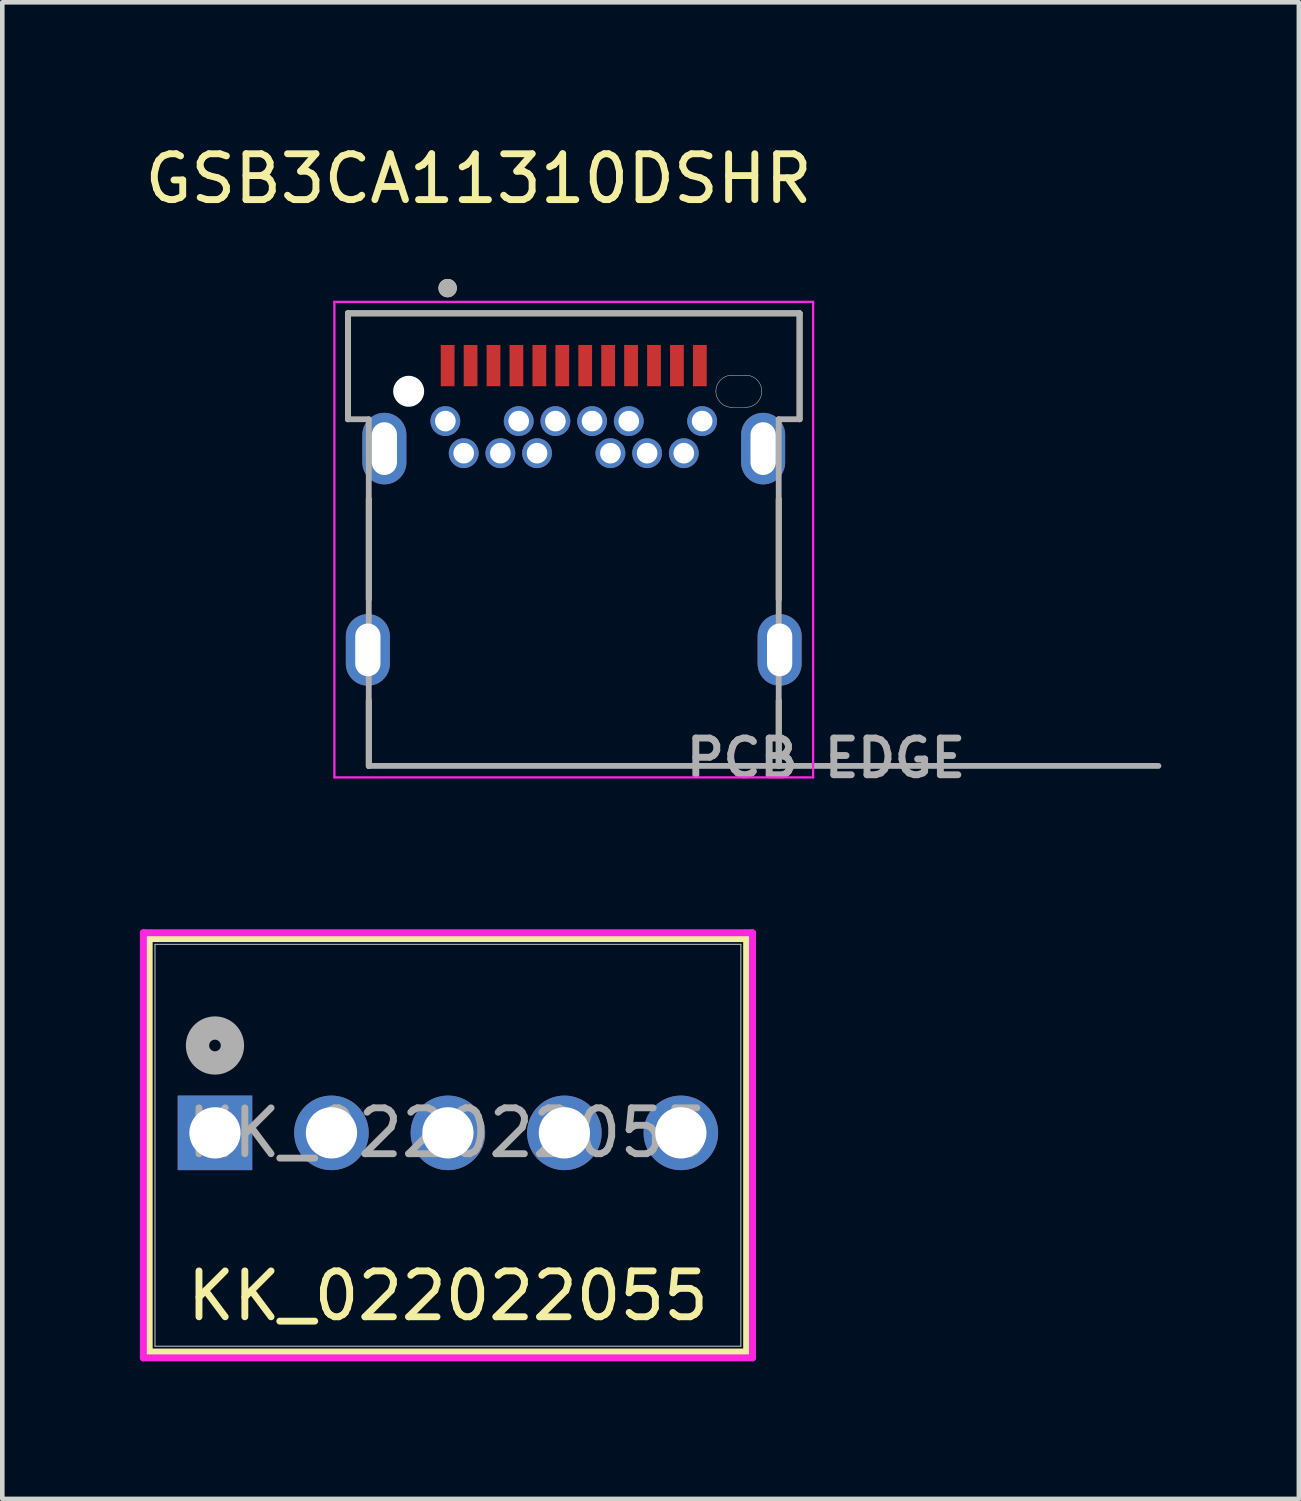
<source format=kicad_pcb>
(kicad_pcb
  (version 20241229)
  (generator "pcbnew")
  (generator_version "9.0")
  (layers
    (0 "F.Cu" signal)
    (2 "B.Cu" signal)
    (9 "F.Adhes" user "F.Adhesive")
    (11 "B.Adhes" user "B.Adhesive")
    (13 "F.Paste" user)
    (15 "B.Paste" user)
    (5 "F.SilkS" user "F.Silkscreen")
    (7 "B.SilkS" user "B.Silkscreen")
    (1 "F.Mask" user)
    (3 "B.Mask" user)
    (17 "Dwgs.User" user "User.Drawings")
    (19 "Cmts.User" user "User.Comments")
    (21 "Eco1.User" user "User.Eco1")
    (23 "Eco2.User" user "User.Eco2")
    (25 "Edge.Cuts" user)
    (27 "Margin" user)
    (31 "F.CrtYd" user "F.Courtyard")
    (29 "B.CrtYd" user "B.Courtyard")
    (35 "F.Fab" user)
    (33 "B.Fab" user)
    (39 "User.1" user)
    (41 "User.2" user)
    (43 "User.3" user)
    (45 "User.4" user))
  (footprint "KK_022022055"
    (layer "F.Cu")
    (at 1.638 21.655)
    (property "Reference" "KK_022022055" (at 5.08 3.556 0) (unlocked yes) (layer "F.SilkS") (effects (font (size 1 1) (thickness 0.15))))
    (attr through_hole)
    (fp_line (start -1.435 -4.237) (end -1.435 4.78) (stroke (width 0.152) (type solid)) (layer "F.SilkS"))
    (fp_line (start -1.435 4.78) (end 11.595 4.78) (stroke (width 0.152) (type solid)) (layer "F.SilkS"))
    (fp_line (start 11.595 -4.237) (end -1.435 -4.237) (stroke (width 0.152) (type solid)) (layer "F.SilkS"))
    (fp_line (start 11.595 4.78) (end 11.595 -4.237) (stroke (width 0.152) (type solid)) (layer "F.SilkS"))
    (fp_line (start -1.562 -4.364) (end -1.562 4.907) (stroke (width 0.152) (type solid)) (layer "F.CrtYd"))
    (fp_line (start -1.562 4.907) (end 11.722 4.907) (stroke (width 0.152) (type solid)) (layer "F.CrtYd"))
    (fp_line (start 11.722 -4.364) (end -1.562 -4.364) (stroke (width 0.152) (type solid)) (layer "F.CrtYd"))
    (fp_line (start 11.722 4.907) (end 11.722 -4.364) (stroke (width 0.152) (type solid)) (layer "F.CrtYd"))
    (fp_line (start -1.308 -4.11) (end -1.308 4.653) (stroke (width 0.025) (type solid)) (layer "F.Fab"))
    (fp_line (start -1.308 4.653) (end 11.468 4.653) (stroke (width 0.025) (type solid)) (layer "F.Fab"))
    (fp_line (start 11.468 -4.11) (end -1.308 -4.11) (stroke (width 0.025) (type solid)) (layer "F.Fab"))
    (fp_line (start 11.468 4.653) (end 11.468 -4.11) (stroke (width 0.025) (type solid)) (layer "F.Fab"))
    (fp_circle (center 0 -1.905) (end 0.381 -1.905) (stroke (width 0.508) (type solid)) (fill no) (layer "F.Fab"))
    (fp_text user "${REFERENCE}" (at 5.08 0 0) (unlocked yes) (layer "F.Fab") (effects (font (size 1 1) (thickness 0.15))))
    (pad "1" thru_hole rect (at 0 0) (size 1.626 1.626) (drill 1.118) (layers "*.Cu" "*.Mask"))
    (pad "2" thru_hole circle (at 2.54 0) (size 1.626 1.626) (drill 1.118) (layers "*.Cu" "*.Mask"))
    (pad "3" thru_hole circle (at 5.08 0) (size 1.626 1.626) (drill 1.118) (layers "*.Cu" "*.Mask"))
    (pad "4" thru_hole circle (at 7.62 0) (size 1.626 1.626) (drill 1.118) (layers "*.Cu" "*.Mask"))
    (pad "5" thru_hole circle (at 10.16 0) (size 1.626 1.626) (drill 1.118) (layers "*.Cu" "*.Mask")))
  (footprint "GSB3CA11310DSHR"
    (layer "F.Cu")
    (at 9.462 5.483)
    (property "Reference" "GSB3CA11310DSHR" (at -2.075 -4.635 0) (layer "F.SilkS") (effects (font (size 1 1) (thickness 0.15))))
    (attr through_hole)
    (fp_circle (center -2.8 0.65) (end -2.612 0.65) (stroke (width 0.375) (type solid)) (fill no) (layer "F.Mask"))
    (fp_circle (center -2.4 1.35) (end -2.212 1.35) (stroke (width 0.375) (type solid)) (fill no) (layer "F.Mask"))
    (fp_circle (center -1.6 1.35) (end -1.413 1.35) (stroke (width 0.375) (type solid)) (fill no) (layer "F.Mask"))
    (fp_circle (center -1.2 0.65) (end -1.012 0.65) (stroke (width 0.375) (type solid)) (fill no) (layer "F.Mask"))
    (fp_circle (center -0.8 1.35) (end -0.613 1.35) (stroke (width 0.375) (type solid)) (fill no) (layer "F.Mask"))
    (fp_circle (center -0.4 0.65) (end -0.212 0.65) (stroke (width 0.375) (type solid)) (fill no) (layer "F.Mask"))
    (fp_circle (center 0.4 0.65) (end 0.588 0.65) (stroke (width 0.375) (type solid)) (fill no) (layer "F.Mask"))
    (fp_circle (center 0.8 1.35) (end 0.988 1.35) (stroke (width 0.375) (type solid)) (fill no) (layer "F.Mask"))
    (fp_circle (center 1.2 0.65) (end 1.387 0.65) (stroke (width 0.375) (type solid)) (fill no) (layer "F.Mask"))
    (fp_circle (center 1.6 1.35) (end 1.788 1.35) (stroke (width 0.375) (type solid)) (fill no) (layer "F.Mask"))
    (fp_circle (center 2.4 1.35) (end 2.587 1.35) (stroke (width 0.375) (type solid)) (fill no) (layer "F.Mask"))
    (fp_circle (center 2.8 0.65) (end 2.987 0.65) (stroke (width 0.375) (type solid)) (fill no) (layer "F.Mask"))
    (fp_poly (pts (xy -2.95 -1.06) (xy -2.55 -1.06) (xy -2.55 -0.06) (xy -2.95 -0.06)) (stroke (width 0.01) (type solid)) (fill yes) (layer "F.Mask"))
    (fp_poly (pts (xy -2.45 -1.06) (xy -2.05 -1.06) (xy -2.05 -0.06) (xy -2.45 -0.06)) (stroke (width 0.01) (type solid)) (fill yes) (layer "F.Mask"))
    (fp_poly (pts (xy -1.95 -1.06) (xy -1.55 -1.06) (xy -1.55 -0.06) (xy -1.95 -0.06)) (stroke (width 0.01) (type solid)) (fill yes) (layer "F.Mask"))
    (fp_poly (pts (xy -1.45 -1.06) (xy -1.05 -1.06) (xy -1.05 -0.06) (xy -1.45 -0.06)) (stroke (width 0.01) (type solid)) (fill yes) (layer "F.Mask"))
    (fp_poly (pts (xy -0.95 -1.06) (xy -0.55 -1.06) (xy -0.55 -0.06) (xy -0.95 -0.06)) (stroke (width 0.01) (type solid)) (fill yes) (layer "F.Mask"))
    (fp_poly (pts (xy -0.45 -1.06) (xy -0.05 -1.06) (xy -0.05 -0.06) (xy -0.45 -0.06)) (stroke (width 0.01) (type solid)) (fill yes) (layer "F.Mask"))
    (fp_poly (pts (xy 0.05 -1.06) (xy 0.45 -1.06) (xy 0.45 -0.06) (xy 0.05 -0.06)) (stroke (width 0.01) (type solid)) (fill yes) (layer "F.Mask"))
    (fp_poly (pts (xy 0.55 -1.06) (xy 0.95 -1.06) (xy 0.95 -0.06) (xy 0.55 -0.06)) (stroke (width 0.01) (type solid)) (fill yes) (layer "F.Mask"))
    (fp_poly (pts (xy 1.05 -1.06) (xy 1.45 -1.06) (xy 1.45 -0.06) (xy 1.05 -0.06)) (stroke (width 0.01) (type solid)) (fill yes) (layer "F.Mask"))
    (fp_poly (pts (xy 1.55 -1.06) (xy 1.95 -1.06) (xy 1.95 -0.06) (xy 1.55 -0.06)) (stroke (width 0.01) (type solid)) (fill yes) (layer "F.Mask"))
    (fp_poly (pts (xy 2.05 -1.06) (xy 2.45 -1.06) (xy 2.45 -0.06) (xy 2.05 -0.06)) (stroke (width 0.01) (type solid)) (fill yes) (layer "F.Mask"))
    (fp_poly (pts (xy 2.55 -1.06) (xy 2.95 -1.06) (xy 2.95 -0.06) (xy 2.55 -0.06)) (stroke (width 0.01) (type solid)) (fill yes) (layer "F.Mask"))
    (fp_circle (center -2.8 0.65) (end -2.612 0.65) (stroke (width 0.375) (type solid)) (fill no) (layer "B.Mask"))
    (fp_circle (center -2.4 1.35) (end -2.212 1.35) (stroke (width 0.375) (type solid)) (fill no) (layer "B.Mask"))
    (fp_circle (center -1.6 1.35) (end -1.413 1.35) (stroke (width 0.375) (type solid)) (fill no) (layer "B.Mask"))
    (fp_circle (center -1.2 0.65) (end -1.012 0.65) (stroke (width 0.375) (type solid)) (fill no) (layer "B.Mask"))
    (fp_circle (center -0.8 1.35) (end -0.613 1.35) (stroke (width 0.375) (type solid)) (fill no) (layer "B.Mask"))
    (fp_circle (center -0.4 0.65) (end -0.212 0.65) (stroke (width 0.375) (type solid)) (fill no) (layer "B.Mask"))
    (fp_circle (center 0.4 0.65) (end 0.588 0.65) (stroke (width 0.375) (type solid)) (fill no) (layer "B.Mask"))
    (fp_circle (center 0.8 1.35) (end 0.988 1.35) (stroke (width 0.375) (type solid)) (fill no) (layer "B.Mask"))
    (fp_circle (center 1.2 0.65) (end 1.387 0.65) (stroke (width 0.375) (type solid)) (fill no) (layer "B.Mask"))
    (fp_circle (center 1.6 1.35) (end 1.788 1.35) (stroke (width 0.375) (type solid)) (fill no) (layer "B.Mask"))
    (fp_circle (center 2.4 1.35) (end 2.587 1.35) (stroke (width 0.375) (type solid)) (fill no) (layer "B.Mask"))
    (fp_circle (center 2.8 0.65) (end 2.987 0.65) (stroke (width 0.375) (type solid)) (fill no) (layer "B.Mask"))
    (fp_line (start -4.925 -1.7) (end -4.925 0.61) (stroke (width 0.127) (type solid)) (layer "F.SilkS"))
    (fp_line (start -4.925 -1.7) (end 4.925 -1.7) (stroke (width 0.127) (type solid)) (layer "F.SilkS"))
    (fp_line (start -4.47 4.54) (end -4.47 2.35) (stroke (width 0.127) (type solid)) (layer "F.SilkS"))
    (fp_line (start -4.47 8.17) (end -4.47 6.74) (stroke (width 0.127) (type solid)) (layer "F.SilkS"))
    (fp_line (start 4.47 4.54) (end 4.47 2.35) (stroke (width 0.127) (type solid)) (layer "F.SilkS"))
    (fp_line (start 4.47 8.17) (end 4.47 6.74) (stroke (width 0.127) (type solid)) (layer "F.SilkS"))
    (fp_line (start 4.925 -1.7) (end 4.925 0.61) (stroke (width 0.127) (type solid)) (layer "F.SilkS"))
    (fp_circle (center -2.75 -2.25) (end -2.65 -2.25) (stroke (width 0.2) (type solid)) (fill no) (layer "F.SilkS"))
    (fp_line (start 3.45 -0.35) (end 3.75 -0.35) (stroke (width 0.01) (type solid)) (layer "Edge.Cuts"))
    (fp_line (start 3.75 0.35) (end 3.45 0.35) (stroke (width 0.01) (type solid)) (layer "Edge.Cuts"))
    (fp_arc (start 3.1 0) (mid 3.202513 -0.247487) (end 3.45 -0.35) (stroke (width 0.01) (type solid)) (layer "Edge.Cuts"))
    (fp_arc (start 3.45 0.35) (mid 3.202513 0.247487) (end 3.1 0) (stroke (width 0.01) (type solid)) (layer "Edge.Cuts"))
    (fp_arc (start 3.75 -0.35) (mid 3.997487 -0.247487) (end 4.1 0) (stroke (width 0.01) (type solid)) (layer "Edge.Cuts"))
    (fp_arc (start 4.1 0) (mid 3.997487 0.247487) (end 3.75 0.35) (stroke (width 0.01) (type solid)) (layer "Edge.Cuts"))
    (fp_line (start -5.22 -1.95) (end -5.22 8.42) (stroke (width 0.05) (type solid)) (layer "F.CrtYd"))
    (fp_line (start -5.22 8.42) (end 5.22 8.42) (stroke (width 0.05) (type solid)) (layer "F.CrtYd"))
    (fp_line (start 5.22 -1.95) (end -5.22 -1.95) (stroke (width 0.05) (type solid)) (layer "F.CrtYd"))
    (fp_line (start 5.22 8.42) (end 5.22 -1.95) (stroke (width 0.05) (type solid)) (layer "F.CrtYd"))
    (fp_line (start -4.925 -1.7) (end -4.925 0.61) (stroke (width 0.127) (type solid)) (layer "F.Fab"))
    (fp_line (start -4.925 -1.7) (end 4.925 -1.7) (stroke (width 0.127) (type solid)) (layer "F.Fab"))
    (fp_line (start -4.925 0.61) (end -4.47 0.61) (stroke (width 0.127) (type solid)) (layer "F.Fab"))
    (fp_line (start -4.47 8.17) (end -4.47 0.61) (stroke (width 0.127) (type solid)) (layer "F.Fab"))
    (fp_line (start -4.47 8.17) (end 4.47 8.17) (stroke (width 0.127) (type solid)) (layer "F.Fab"))
    (fp_line (start 4.47 8.17) (end 4.47 0.61) (stroke (width 0.127) (type solid)) (layer "F.Fab"))
    (fp_line (start 4.47 8.17) (end 12.75 8.17) (stroke (width 0.127) (type solid)) (layer "F.Fab"))
    (fp_line (start 4.925 -1.7) (end 4.925 0.61) (stroke (width 0.127) (type solid)) (layer "F.Fab"))
    (fp_line (start 4.925 0.61) (end 4.47 0.61) (stroke (width 0.127) (type solid)) (layer "F.Fab"))
    (fp_circle (center -2.75 -2.25) (end -2.65 -2.25) (stroke (width 0.2) (type solid)) (fill no) (layer "F.Fab"))
    (fp_text user "PCB EDGE" (at 5.5 8 0) (layer "F.Fab") (effects (font (size 0.8 0.8) (thickness 0.15))))
    (pad "" np_thru_hole circle (at -3.6 0) (size 0.675 0.675) (drill 0.675) (layers "*.Cu" "*.Mask"))
    (pad "A1" smd rect (at -2.75 -0.56) (size 0.3 0.9) (layers "F.Cu" "F.Paste"))
    (pad "A2" smd rect (at -2.25 -0.56) (size 0.3 0.9) (layers "F.Cu" "F.Paste"))
    (pad "A3" smd rect (at -1.75 -0.56) (size 0.3 0.9) (layers "F.Cu" "F.Paste"))
    (pad "A4" smd rect (at -1.25 -0.56) (size 0.3 0.9) (layers "F.Cu" "F.Paste"))
    (pad "A5" smd rect (at -0.75 -0.56) (size 0.3 0.9) (layers "F.Cu" "F.Paste"))
    (pad "A6" smd rect (at -0.25 -0.56) (size 0.3 0.9) (layers "F.Cu" "F.Paste"))
    (pad "A7" smd rect (at 0.25 -0.56) (size 0.3 0.9) (layers "F.Cu" "F.Paste"))
    (pad "A8" smd rect (at 0.75 -0.56) (size 0.3 0.9) (layers "F.Cu" "F.Paste"))
    (pad "A9" smd rect (at 1.25 -0.56) (size 0.3 0.9) (layers "F.Cu" "F.Paste"))
    (pad "A10" smd rect (at 1.75 -0.56) (size 0.3 0.9) (layers "F.Cu" "F.Paste"))
    (pad "A11" smd rect (at 2.25 -0.56) (size 0.3 0.9) (layers "F.Cu" "F.Paste"))
    (pad "A12" smd rect (at 2.75 -0.56) (size 0.3 0.9) (layers "F.Cu" "F.Paste"))
    (pad "B1" thru_hole circle (at 2.8 0.65) (size 0.65 0.65) (drill 0.45) (layers "*.Cu"))
    (pad "B2" thru_hole circle (at 2.4 1.35) (size 0.65 0.65) (drill 0.45) (layers "*.Cu"))
    (pad "B3" thru_hole circle (at 1.6 1.35) (size 0.65 0.65) (drill 0.45) (layers "*.Cu"))
    (pad "B4" thru_hole circle (at 1.2 0.65) (size 0.65 0.65) (drill 0.45) (layers "*.Cu"))
    (pad "B5" thru_hole circle (at 0.8 1.35) (size 0.65 0.65) (drill 0.45) (layers "*.Cu"))
    (pad "B6" thru_hole circle (at 0.4 0.65) (size 0.65 0.65) (drill 0.45) (layers "*.Cu"))
    (pad "B7" thru_hole circle (at -0.4 0.65) (size 0.65 0.65) (drill 0.45) (layers "*.Cu"))
    (pad "B8" thru_hole circle (at -0.8 1.35) (size 0.65 0.65) (drill 0.45) (layers "*.Cu"))
    (pad "B9" thru_hole circle (at -1.2 0.65) (size 0.65 0.65) (drill 0.45) (layers "*.Cu"))
    (pad "B10" thru_hole circle (at -1.6 1.35) (size 0.65 0.65) (drill 0.45) (layers "*.Cu"))
    (pad "B11" thru_hole circle (at -2.4 1.35) (size 0.65 0.65) (drill 0.45) (layers "*.Cu"))
    (pad "B12" thru_hole circle (at -2.8 0.65) (size 0.65 0.65) (drill 0.45) (layers "*.Cu"))
    (pad "S1" thru_hole oval (at -4.49 5.64) (size 0.96 1.56) (drill oval 0.55 1.15) (layers "*.Cu" "*.Mask"))
    (pad "S1" thru_hole oval (at -4.13 1.25) (size 0.96 1.56) (drill oval 0.55 1.15) (layers "*.Cu" "*.Mask"))
    (pad "S1" thru_hole oval (at 4.13 1.25) (size 0.96 1.56) (drill oval 0.55 1.15) (layers "*.Cu" "*.Mask"))
    (pad "S1" thru_hole oval (at 4.49 5.64) (size 0.96 1.56) (drill oval 0.55 1.15) (layers "*.Cu" "*.Mask")))
  (gr_rect
    (start -3 -3)
    (end 25.275 29.638)
    (stroke (width 0.1) (type default))
    (fill no)
    (layer "Edge.Cuts")))
</source>
